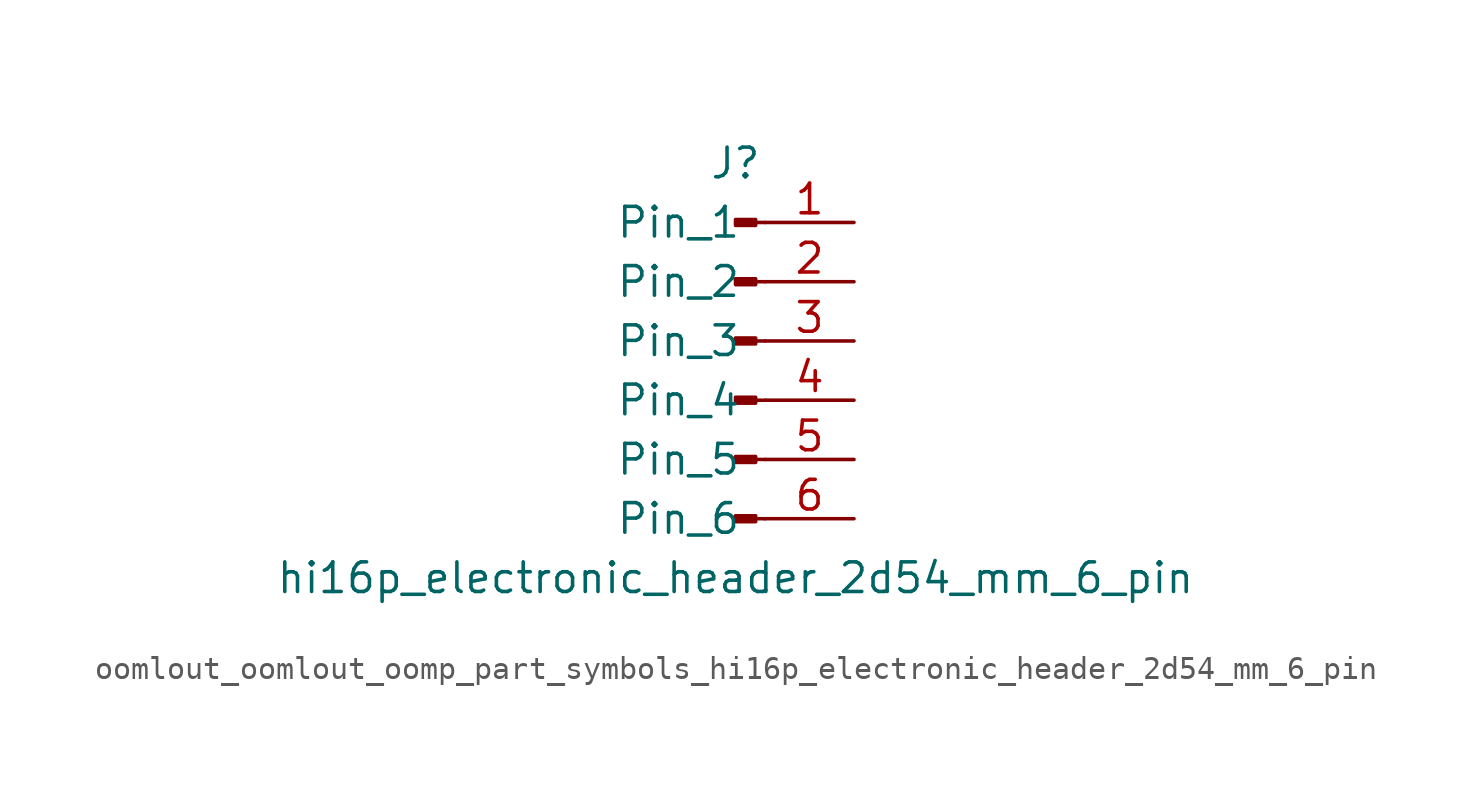
<source format=kicad_sym>
(kicad_symbol_lib
  (version 20220914)
  (generator kicad_symbol_editor)
  (symbol "oomlout_oomlout_oomp_part_symbols_hi16p_electronic_header_2d54_mm_6_pin"
    (pin_names
      (offset 1.016))
    (property "Reference" "J"
      (at 0 7.62 0)
      (effects (font (size 1.27 1.27))))
    (property "Value" "hi16p_electronic_header_2d54_mm_6_pin"
      (at 0 -10.16 0)
      (effects (font (size 1.27 1.27))))
    (property "ki_locked" ""
      (at 0 0 0)
      (effects (font (size 1.27 1.27))))
    (symbol "oomlout_oomlout_oomp_part_symbols_hi16p_electronic_header_2d54_mm_6_pin_1_1"
      (polyline (pts (xy 1.27 -7.62) (xy 0.864 -7.62)) (stroke (width 0.152) (type default)) (fill (type none)))
      (polyline (pts (xy 1.27 -5.08) (xy 0.864 -5.08)) (stroke (width 0.152) (type default)) (fill (type none)))
      (polyline (pts (xy 1.27 -2.54) (xy 0.864 -2.54)) (stroke (width 0.152) (type default)) (fill (type none)))
      (polyline (pts (xy 1.27 0) (xy 0.864 0)) (stroke (width 0.152) (type default)) (fill (type none)))
      (polyline (pts (xy 1.27 2.54) (xy 0.864 2.54)) (stroke (width 0.152) (type default)) (fill (type none)))
      (polyline (pts (xy 1.27 5.08) (xy 0.864 5.08)) (stroke (width 0.152) (type default)) (fill (type none)))
      (rectangle (start 0.864 -7.493) (end 0 -7.747) (stroke (width 0.152) (type default)) (fill (type outline)))
      (rectangle (start 0.864 -4.953) (end 0 -5.207) (stroke (width 0.152) (type default)) (fill (type outline)))
      (rectangle (start 0.864 -2.413) (end 0 -2.667) (stroke (width 0.152) (type default)) (fill (type outline)))
      (rectangle (start 0.864 0.127) (end 0 -0.127) (stroke (width 0.152) (type default)) (fill (type outline)))
      (rectangle (start 0.864 2.667) (end 0 2.413) (stroke (width 0.152) (type default)) (fill (type outline)))
      (rectangle (start 0.864 5.207) (end 0 4.953) (stroke (width 0.152) (type default)) (fill (type outline)))
      (pin passive line (at 5.08 5.08 180) (length 3.81) (name "Pin_1" (effects (font (size 1.27 1.27)))) (number "1" (effects (font (size 1.27 1.27)))))
      (pin passive line (at 5.08 2.54 180) (length 3.81) (name "Pin_2" (effects (font (size 1.27 1.27)))) (number "2" (effects (font (size 1.27 1.27)))))
      (pin passive line (at 5.08 0 180) (length 3.81) (name "Pin_3" (effects (font (size 1.27 1.27)))) (number "3" (effects (font (size 1.27 1.27)))))
      (pin passive line (at 5.08 -2.54 180) (length 3.81) (name "Pin_4" (effects (font (size 1.27 1.27)))) (number "4" (effects (font (size 1.27 1.27)))))
      (pin passive line (at 5.08 -5.08 180) (length 3.81) (name "Pin_5" (effects (font (size 1.27 1.27)))) (number "5" (effects (font (size 1.27 1.27)))))
      (pin passive line (at 5.08 -7.62 180) (length 3.81) (name "Pin_6" (effects (font (size 1.27 1.27)))) (number "6" (effects (font (size 1.27 1.27))))))))
</source>
